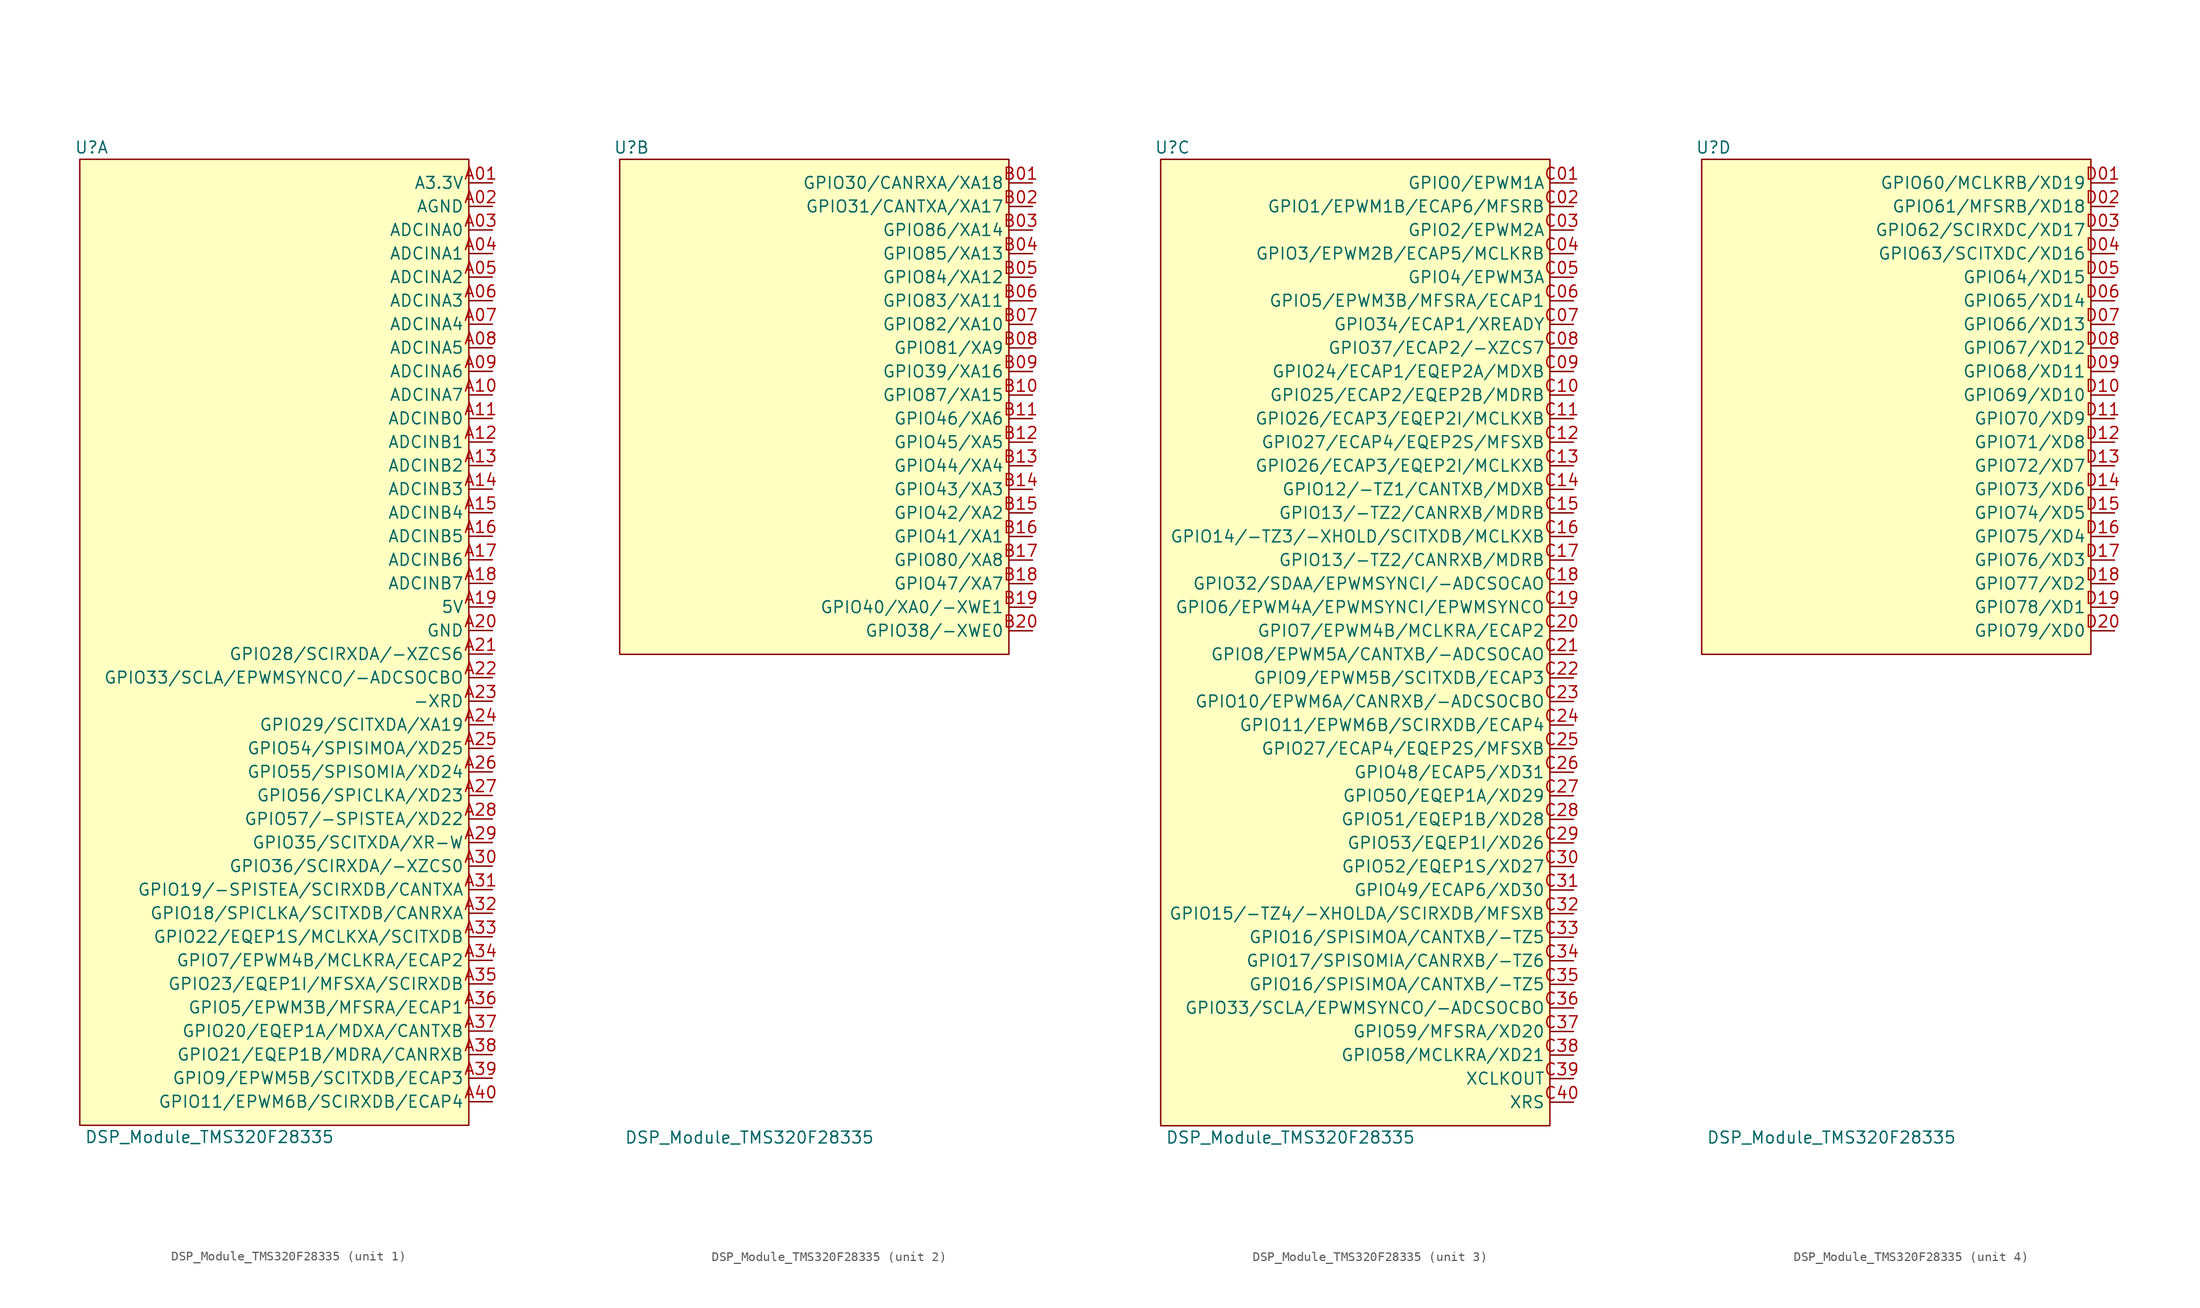
<source format=kicad_sym>
(kicad_symbol_lib
  (version 20211014)
  (generator kicad_symbol_editor)
  (symbol "DSP_Module_TMS320F28335"
    (property "Reference" "U"
      (at -20.32 53.34 0)
      (effects (font (size 1.27 1.27))))
    (property "Value" "DSP_Module_TMS320F28335"
      (at -7.62 -53.34 0)
      (effects (font (size 1.27 1.27))))
    (symbol "DSP_Module_TMS320F28335_1_1"
      (rectangle (start -21.59 52.07) (end 20.32 -52.07) (stroke (width 0.152) (type default) (color 0 0 0 0)) (fill (type background)))
      (pin passive line (at 22.86 49.53 180) (length 2.54) (name "A3.3V" (effects (font (size 1.27 1.27)))) (number "A01" (effects (font (size 1.27 1.27)))))
      (pin passive line (at 22.86 46.99 180) (length 2.54) (name "AGND" (effects (font (size 1.27 1.27)))) (number "A02" (effects (font (size 1.27 1.27)))))
      (pin passive line (at 22.86 44.45 180) (length 2.54) (name "ADCINA0" (effects (font (size 1.27 1.27)))) (number "A03" (effects (font (size 1.27 1.27)))))
      (pin passive line (at 22.86 41.91 180) (length 2.54) (name "ADCINA1" (effects (font (size 1.27 1.27)))) (number "A04" (effects (font (size 1.27 1.27)))))
      (pin passive line (at 22.86 39.37 180) (length 2.54) (name "ADCINA2" (effects (font (size 1.27 1.27)))) (number "A05" (effects (font (size 1.27 1.27)))))
      (pin passive line (at 22.86 36.83 180) (length 2.54) (name "ADCINA3" (effects (font (size 1.27 1.27)))) (number "A06" (effects (font (size 1.27 1.27)))))
      (pin passive line (at 22.86 34.29 180) (length 2.54) (name "ADCINA4" (effects (font (size 1.27 1.27)))) (number "A07" (effects (font (size 1.27 1.27)))))
      (pin passive line (at 22.86 31.75 180) (length 2.54) (name "ADCINA5" (effects (font (size 1.27 1.27)))) (number "A08" (effects (font (size 1.27 1.27)))))
      (pin passive line (at 22.86 29.21 180) (length 2.54) (name "ADCINA6" (effects (font (size 1.27 1.27)))) (number "A09" (effects (font (size 1.27 1.27)))))
      (pin passive line (at 22.86 26.67 180) (length 2.54) (name "ADCINA7" (effects (font (size 1.27 1.27)))) (number "A10" (effects (font (size 1.27 1.27)))))
      (pin passive line (at 22.86 24.13 180) (length 2.54) (name "ADCINB0" (effects (font (size 1.27 1.27)))) (number "A11" (effects (font (size 1.27 1.27)))))
      (pin passive line (at 22.86 21.59 180) (length 2.54) (name "ADCINB1" (effects (font (size 1.27 1.27)))) (number "A12" (effects (font (size 1.27 1.27)))))
      (pin passive line (at 22.86 19.05 180) (length 2.54) (name "ADCINB2" (effects (font (size 1.27 1.27)))) (number "A13" (effects (font (size 1.27 1.27)))))
      (pin passive line (at 22.86 16.51 180) (length 2.54) (name "ADCINB3" (effects (font (size 1.27 1.27)))) (number "A14" (effects (font (size 1.27 1.27)))))
      (pin passive line (at 22.86 13.97 180) (length 2.54) (name "ADCINB4" (effects (font (size 1.27 1.27)))) (number "A15" (effects (font (size 1.27 1.27)))))
      (pin passive line (at 22.86 11.43 180) (length 2.54) (name "ADCINB5" (effects (font (size 1.27 1.27)))) (number "A16" (effects (font (size 1.27 1.27)))))
      (pin passive line (at 22.86 8.89 180) (length 2.54) (name "ADCINB6" (effects (font (size 1.27 1.27)))) (number "A17" (effects (font (size 1.27 1.27)))))
      (pin passive line (at 22.86 6.35 180) (length 2.54) (name "ADCINB7" (effects (font (size 1.27 1.27)))) (number "A18" (effects (font (size 1.27 1.27)))))
      (pin passive line (at 22.86 3.81 180) (length 2.54) (name "5V" (effects (font (size 1.27 1.27)))) (number "A19" (effects (font (size 1.27 1.27)))))
      (pin passive line (at 22.86 1.27 180) (length 2.54) (name "GND" (effects (font (size 1.27 1.27)))) (number "A20" (effects (font (size 1.27 1.27)))))
      (pin passive line (at 22.86 -1.27 180) (length 2.54) (name "GPIO28/SCIRXDA/-XZCS6" (effects (font (size 1.27 1.27)))) (number "A21" (effects (font (size 1.27 1.27)))))
      (pin passive line (at 22.86 -3.81 180) (length 2.54) (name "GPIO33/SCLA/EPWMSYNCO/-ADCSOCBO" (effects (font (size 1.27 1.27)))) (number "A22" (effects (font (size 1.27 1.27)))))
      (pin passive line (at 22.86 -6.35 180) (length 2.54) (name "-XRD" (effects (font (size 1.27 1.27)))) (number "A23" (effects (font (size 1.27 1.27)))))
      (pin passive line (at 22.86 -8.89 180) (length 2.54) (name "GPIO29/SCITXDA/XA19" (effects (font (size 1.27 1.27)))) (number "A24" (effects (font (size 1.27 1.27)))))
      (pin passive line (at 22.86 -11.43 180) (length 2.54) (name "GPIO54/SPISIMOA/XD25" (effects (font (size 1.27 1.27)))) (number "A25" (effects (font (size 1.27 1.27)))))
      (pin passive line (at 22.86 -13.97 180) (length 2.54) (name "GPIO55/SPISOMIA/XD24" (effects (font (size 1.27 1.27)))) (number "A26" (effects (font (size 1.27 1.27)))))
      (pin passive line (at 22.86 -16.51 180) (length 2.54) (name "GPIO56/SPICLKA/XD23" (effects (font (size 1.27 1.27)))) (number "A27" (effects (font (size 1.27 1.27)))))
      (pin passive line (at 22.86 -19.05 180) (length 2.54) (name "GPIO57/-SPISTEA/XD22" (effects (font (size 1.27 1.27)))) (number "A28" (effects (font (size 1.27 1.27)))))
      (pin passive line (at 22.86 -21.59 180) (length 2.54) (name "GPIO35/SCITXDA/XR-W" (effects (font (size 1.27 1.27)))) (number "A29" (effects (font (size 1.27 1.27)))))
      (pin passive line (at 22.86 -24.13 180) (length 2.54) (name "GPIO36/SCIRXDA/-XZCS0" (effects (font (size 1.27 1.27)))) (number "A30" (effects (font (size 1.27 1.27)))))
      (pin passive line (at 22.86 -26.67 180) (length 2.54) (name "GPIO19/-SPISTEA/SCIRXDB/CANTXA" (effects (font (size 1.27 1.27)))) (number "A31" (effects (font (size 1.27 1.27)))))
      (pin passive line (at 22.86 -29.21 180) (length 2.54) (name "GPIO18/SPICLKA/SCITXDB/CANRXA" (effects (font (size 1.27 1.27)))) (number "A32" (effects (font (size 1.27 1.27)))))
      (pin passive line (at 22.86 -31.75 180) (length 2.54) (name "GPIO22/EQEP1S/MCLKXA/SCITXDB" (effects (font (size 1.27 1.27)))) (number "A33" (effects (font (size 1.27 1.27)))))
      (pin passive line (at 22.86 -34.29 180) (length 2.54) (name "GPIO7/EPWM4B/MCLKRA/ECAP2" (effects (font (size 1.27 1.27)))) (number "A34" (effects (font (size 1.27 1.27)))))
      (pin passive line (at 22.86 -36.83 180) (length 2.54) (name "GPIO23/EQEP1I/MFSXA/SCIRXDB" (effects (font (size 1.27 1.27)))) (number "A35" (effects (font (size 1.27 1.27)))))
      (pin passive line (at 22.86 -39.37 180) (length 2.54) (name "GPIO5/EPWM3B/MFSRA/ECAP1" (effects (font (size 1.27 1.27)))) (number "A36" (effects (font (size 1.27 1.27)))))
      (pin passive line (at 22.86 -41.91 180) (length 2.54) (name "GPIO20/EQEP1A/MDXA/CANTXB" (effects (font (size 1.27 1.27)))) (number "A37" (effects (font (size 1.27 1.27)))))
      (pin passive line (at 22.86 -44.45 180) (length 2.54) (name "GPIO21/EQEP1B/MDRA/CANRXB" (effects (font (size 1.27 1.27)))) (number "A38" (effects (font (size 1.27 1.27)))))
      (pin passive line (at 22.86 -46.99 180) (length 2.54) (name "GPIO9/EPWM5B/SCITXDB/ECAP3" (effects (font (size 1.27 1.27)))) (number "A39" (effects (font (size 1.27 1.27)))))
      (pin passive line (at 22.86 -49.53 180) (length 2.54) (name "GPIO11/EPWM6B/SCIRXDB/ECAP4" (effects (font (size 1.27 1.27)))) (number "A40" (effects (font (size 1.27 1.27))))))
    (symbol "DSP_Module_TMS320F28335_2_1"
      (rectangle (start -21.59 52.07) (end 20.32 -1.27) (stroke (width 0.152) (type default) (color 0 0 0 0)) (fill (type background)))
      (pin passive line (at 22.86 49.53 180) (length 2.54) (name "GPIO30/CANRXA/XA18" (effects (font (size 1.27 1.27)))) (number "B01" (effects (font (size 1.27 1.27)))))
      (pin passive line (at 22.86 46.99 180) (length 2.54) (name "GPIO31/CANTXA/XA17" (effects (font (size 1.27 1.27)))) (number "B02" (effects (font (size 1.27 1.27)))))
      (pin passive line (at 22.86 44.45 180) (length 2.54) (name "GPIO86/XA14" (effects (font (size 1.27 1.27)))) (number "B03" (effects (font (size 1.27 1.27)))))
      (pin passive line (at 22.86 41.91 180) (length 2.54) (name "GPIO85/XA13" (effects (font (size 1.27 1.27)))) (number "B04" (effects (font (size 1.27 1.27)))))
      (pin passive line (at 22.86 39.37 180) (length 2.54) (name "GPIO84/XA12" (effects (font (size 1.27 1.27)))) (number "B05" (effects (font (size 1.27 1.27)))))
      (pin passive line (at 22.86 36.83 180) (length 2.54) (name "GPIO83/XA11" (effects (font (size 1.27 1.27)))) (number "B06" (effects (font (size 1.27 1.27)))))
      (pin passive line (at 22.86 34.29 180) (length 2.54) (name "GPIO82/XA10" (effects (font (size 1.27 1.27)))) (number "B07" (effects (font (size 1.27 1.27)))))
      (pin passive line (at 22.86 31.75 180) (length 2.54) (name "GPIO81/XA9" (effects (font (size 1.27 1.27)))) (number "B08" (effects (font (size 1.27 1.27)))))
      (pin passive line (at 22.86 29.21 180) (length 2.54) (name "GPIO39/XA16" (effects (font (size 1.27 1.27)))) (number "B09" (effects (font (size 1.27 1.27)))))
      (pin passive line (at 22.86 26.67 180) (length 2.54) (name "GPIO87/XA15" (effects (font (size 1.27 1.27)))) (number "B10" (effects (font (size 1.27 1.27)))))
      (pin passive line (at 22.86 24.13 180) (length 2.54) (name "GPIO46/XA6" (effects (font (size 1.27 1.27)))) (number "B11" (effects (font (size 1.27 1.27)))))
      (pin passive line (at 22.86 21.59 180) (length 2.54) (name "GPIO45/XA5" (effects (font (size 1.27 1.27)))) (number "B12" (effects (font (size 1.27 1.27)))))
      (pin passive line (at 22.86 19.05 180) (length 2.54) (name "GPIO44/XA4" (effects (font (size 1.27 1.27)))) (number "B13" (effects (font (size 1.27 1.27)))))
      (pin passive line (at 22.86 16.51 180) (length 2.54) (name "GPIO43/XA3" (effects (font (size 1.27 1.27)))) (number "B14" (effects (font (size 1.27 1.27)))))
      (pin passive line (at 22.86 13.97 180) (length 2.54) (name "GPIO42/XA2" (effects (font (size 1.27 1.27)))) (number "B15" (effects (font (size 1.27 1.27)))))
      (pin passive line (at 22.86 11.43 180) (length 2.54) (name "GPIO41/XA1" (effects (font (size 1.27 1.27)))) (number "B16" (effects (font (size 1.27 1.27)))))
      (pin passive line (at 22.86 8.89 180) (length 2.54) (name "GPIO80/XA8" (effects (font (size 1.27 1.27)))) (number "B17" (effects (font (size 1.27 1.27)))))
      (pin passive line (at 22.86 6.35 180) (length 2.54) (name "GPIO47/XA7" (effects (font (size 1.27 1.27)))) (number "B18" (effects (font (size 1.27 1.27)))))
      (pin passive line (at 22.86 3.81 180) (length 2.54) (name "GPIO40/XA0/-XWE1" (effects (font (size 1.27 1.27)))) (number "B19" (effects (font (size 1.27 1.27)))))
      (pin passive line (at 22.86 1.27 180) (length 2.54) (name "GPIO38/-XWE0" (effects (font (size 1.27 1.27)))) (number "B20" (effects (font (size 1.27 1.27))))))
    (symbol "DSP_Module_TMS320F28335_3_1"
      (rectangle (start -21.59 52.07) (end 20.32 -52.07) (stroke (width 0.152) (type default) (color 0 0 0 0)) (fill (type background)))
      (pin passive line (at 22.86 49.53 180) (length 2.54) (name "GPIO0/EPWM1A" (effects (font (size 1.27 1.27)))) (number "C01" (effects (font (size 1.27 1.27)))))
      (pin passive line (at 22.86 46.99 180) (length 2.54) (name "GPIO1/EPWM1B/ECAP6/MFSRB" (effects (font (size 1.27 1.27)))) (number "C02" (effects (font (size 1.27 1.27)))))
      (pin passive line (at 22.86 44.45 180) (length 2.54) (name "GPIO2/EPWM2A" (effects (font (size 1.27 1.27)))) (number "C03" (effects (font (size 1.27 1.27)))))
      (pin passive line (at 22.86 41.91 180) (length 2.54) (name "GPIO3/EPWM2B/ECAP5/MCLKRB" (effects (font (size 1.27 1.27)))) (number "C04" (effects (font (size 1.27 1.27)))))
      (pin passive line (at 22.86 39.37 180) (length 2.54) (name "GPIO4/EPWM3A" (effects (font (size 1.27 1.27)))) (number "C05" (effects (font (size 1.27 1.27)))))
      (pin passive line (at 22.86 36.83 180) (length 2.54) (name "GPIO5/EPWM3B/MFSRA/ECAP1" (effects (font (size 1.27 1.27)))) (number "C06" (effects (font (size 1.27 1.27)))))
      (pin passive line (at 22.86 34.29 180) (length 2.54) (name "GPIO34/ECAP1/XREADY" (effects (font (size 1.27 1.27)))) (number "C07" (effects (font (size 1.27 1.27)))))
      (pin passive line (at 22.86 31.75 180) (length 2.54) (name "GPIO37/ECAP2/-XZCS7" (effects (font (size 1.27 1.27)))) (number "C08" (effects (font (size 1.27 1.27)))))
      (pin passive line (at 22.86 29.21 180) (length 2.54) (name "GPIO24/ECAP1/EQEP2A/MDXB" (effects (font (size 1.27 1.27)))) (number "C09" (effects (font (size 1.27 1.27)))))
      (pin passive line (at 22.86 26.67 180) (length 2.54) (name "GPIO25/ECAP2/EQEP2B/MDRB" (effects (font (size 1.27 1.27)))) (number "C10" (effects (font (size 1.27 1.27)))))
      (pin passive line (at 22.86 24.13 180) (length 2.54) (name "GPIO26/ECAP3/EQEP2I/MCLKXB" (effects (font (size 1.27 1.27)))) (number "C11" (effects (font (size 1.27 1.27)))))
      (pin passive line (at 22.86 21.59 180) (length 2.54) (name "GPIO27/ECAP4/EQEP2S/MFSXB" (effects (font (size 1.27 1.27)))) (number "C12" (effects (font (size 1.27 1.27)))))
      (pin passive line (at 22.86 19.05 180) (length 2.54) (name "GPIO26/ECAP3/EQEP2I/MCLKXB" (effects (font (size 1.27 1.27)))) (number "C13" (effects (font (size 1.27 1.27)))))
      (pin passive line (at 22.86 16.51 180) (length 2.54) (name "GPIO12/-TZ1/CANTXB/MDXB" (effects (font (size 1.27 1.27)))) (number "C14" (effects (font (size 1.27 1.27)))))
      (pin passive line (at 22.86 13.97 180) (length 2.54) (name "GPIO13/-TZ2/CANRXB/MDRB" (effects (font (size 1.27 1.27)))) (number "C15" (effects (font (size 1.27 1.27)))))
      (pin passive line (at 22.86 11.43 180) (length 2.54) (name "GPIO14/-TZ3/-XHOLD/SCITXDB/MCLKXB" (effects (font (size 1.27 1.27)))) (number "C16" (effects (font (size 1.27 1.27)))))
      (pin passive line (at 22.86 8.89 180) (length 2.54) (name "GPIO13/-TZ2/CANRXB/MDRB" (effects (font (size 1.27 1.27)))) (number "C17" (effects (font (size 1.27 1.27)))))
      (pin passive line (at 22.86 6.35 180) (length 2.54) (name "GPIO32/SDAA/EPWMSYNCI/-ADCSOCAO" (effects (font (size 1.27 1.27)))) (number "C18" (effects (font (size 1.27 1.27)))))
      (pin passive line (at 22.86 3.81 180) (length 2.54) (name "GPIO6/EPWM4A/EPWMSYNCI/EPWMSYNCO" (effects (font (size 1.27 1.27)))) (number "C19" (effects (font (size 1.27 1.27)))))
      (pin passive line (at 22.86 1.27 180) (length 2.54) (name "GPIO7/EPWM4B/MCLKRA/ECAP2" (effects (font (size 1.27 1.27)))) (number "C20" (effects (font (size 1.27 1.27)))))
      (pin passive line (at 22.86 -1.27 180) (length 2.54) (name "GPIO8/EPWM5A/CANTXB/-ADCSOCAO" (effects (font (size 1.27 1.27)))) (number "C21" (effects (font (size 1.27 1.27)))))
      (pin passive line (at 22.86 -3.81 180) (length 2.54) (name "GPIO9/EPWM5B/SCITXDB/ECAP3" (effects (font (size 1.27 1.27)))) (number "C22" (effects (font (size 1.27 1.27)))))
      (pin passive line (at 22.86 -6.35 180) (length 2.54) (name "GPIO10/EPWM6A/CANRXB/-ADCSOCBO" (effects (font (size 1.27 1.27)))) (number "C23" (effects (font (size 1.27 1.27)))))
      (pin passive line (at 22.86 -8.89 180) (length 2.54) (name "GPIO11/EPWM6B/SCIRXDB/ECAP4" (effects (font (size 1.27 1.27)))) (number "C24" (effects (font (size 1.27 1.27)))))
      (pin passive line (at 22.86 -11.43 180) (length 2.54) (name "GPIO27/ECAP4/EQEP2S/MFSXB" (effects (font (size 1.27 1.27)))) (number "C25" (effects (font (size 1.27 1.27)))))
      (pin passive line (at 22.86 -13.97 180) (length 2.54) (name "GPIO48/ECAP5/XD31" (effects (font (size 1.27 1.27)))) (number "C26" (effects (font (size 1.27 1.27)))))
      (pin passive line (at 22.86 -16.51 180) (length 2.54) (name "GPIO50/EQEP1A/XD29" (effects (font (size 1.27 1.27)))) (number "C27" (effects (font (size 1.27 1.27)))))
      (pin passive line (at 22.86 -19.05 180) (length 2.54) (name "GPIO51/EQEP1B/XD28" (effects (font (size 1.27 1.27)))) (number "C28" (effects (font (size 1.27 1.27)))))
      (pin passive line (at 22.86 -21.59 180) (length 2.54) (name "GPIO53/EQEP1I/XD26" (effects (font (size 1.27 1.27)))) (number "C29" (effects (font (size 1.27 1.27)))))
      (pin passive line (at 22.86 -24.13 180) (length 2.54) (name "GPIO52/EQEP1S/XD27" (effects (font (size 1.27 1.27)))) (number "C30" (effects (font (size 1.27 1.27)))))
      (pin passive line (at 22.86 -26.67 180) (length 2.54) (name "GPIO49/ECAP6/XD30" (effects (font (size 1.27 1.27)))) (number "C31" (effects (font (size 1.27 1.27)))))
      (pin passive line (at 22.86 -29.21 180) (length 2.54) (name "GPIO15/-TZ4/-XHOLDA/SCIRXDB/MFSXB" (effects (font (size 1.27 1.27)))) (number "C32" (effects (font (size 1.27 1.27)))))
      (pin passive line (at 22.86 -31.75 180) (length 2.54) (name "GPIO16/SPISIMOA/CANTXB/-TZ5" (effects (font (size 1.27 1.27)))) (number "C33" (effects (font (size 1.27 1.27)))))
      (pin passive line (at 22.86 -34.29 180) (length 2.54) (name "GPIO17/SPISOMIA/CANRXB/-TZ6" (effects (font (size 1.27 1.27)))) (number "C34" (effects (font (size 1.27 1.27)))))
      (pin passive line (at 22.86 -36.83 180) (length 2.54) (name "GPIO16/SPISIMOA/CANTXB/-TZ5" (effects (font (size 1.27 1.27)))) (number "C35" (effects (font (size 1.27 1.27)))))
      (pin passive line (at 22.86 -39.37 180) (length 2.54) (name "GPIO33/SCLA/EPWMSYNCO/-ADCSOCBO" (effects (font (size 1.27 1.27)))) (number "C36" (effects (font (size 1.27 1.27)))))
      (pin passive line (at 22.86 -41.91 180) (length 2.54) (name "GPIO59/MFSRA/XD20" (effects (font (size 1.27 1.27)))) (number "C37" (effects (font (size 1.27 1.27)))))
      (pin passive line (at 22.86 -44.45 180) (length 2.54) (name "GPIO58/MCLKRA/XD21" (effects (font (size 1.27 1.27)))) (number "C38" (effects (font (size 1.27 1.27)))))
      (pin passive line (at 22.86 -46.99 180) (length 2.54) (name "XCLKOUT" (effects (font (size 1.27 1.27)))) (number "C39" (effects (font (size 1.27 1.27)))))
      (pin passive line (at 22.86 -49.53 180) (length 2.54) (name "XRS" (effects (font (size 1.27 1.27)))) (number "C40" (effects (font (size 1.27 1.27))))))
    (symbol "DSP_Module_TMS320F28335_4_1"
      (rectangle (start -21.59 52.07) (end 20.32 -1.27) (stroke (width 0.152) (type default) (color 0 0 0 0)) (fill (type background)))
      (pin passive line (at 22.86 49.53 180) (length 2.54) (name "GPIO60/MCLKRB/XD19" (effects (font (size 1.27 1.27)))) (number "D01" (effects (font (size 1.27 1.27)))))
      (pin passive line (at 22.86 46.99 180) (length 2.54) (name "GPIO61/MFSRB/XD18" (effects (font (size 1.27 1.27)))) (number "D02" (effects (font (size 1.27 1.27)))))
      (pin passive line (at 22.86 44.45 180) (length 2.54) (name "GPIO62/SCIRXDC/XD17" (effects (font (size 1.27 1.27)))) (number "D03" (effects (font (size 1.27 1.27)))))
      (pin passive line (at 22.86 41.91 180) (length 2.54) (name "GPIO63/SCITXDC/XD16" (effects (font (size 1.27 1.27)))) (number "D04" (effects (font (size 1.27 1.27)))))
      (pin passive line (at 22.86 39.37 180) (length 2.54) (name "GPIO64/XD15" (effects (font (size 1.27 1.27)))) (number "D05" (effects (font (size 1.27 1.27)))))
      (pin passive line (at 22.86 36.83 180) (length 2.54) (name "GPIO65/XD14" (effects (font (size 1.27 1.27)))) (number "D06" (effects (font (size 1.27 1.27)))))
      (pin passive line (at 22.86 34.29 180) (length 2.54) (name "GPIO66/XD13" (effects (font (size 1.27 1.27)))) (number "D07" (effects (font (size 1.27 1.27)))))
      (pin passive line (at 22.86 31.75 180) (length 2.54) (name "GPIO67/XD12" (effects (font (size 1.27 1.27)))) (number "D08" (effects (font (size 1.27 1.27)))))
      (pin passive line (at 22.86 29.21 180) (length 2.54) (name "GPIO68/XD11" (effects (font (size 1.27 1.27)))) (number "D09" (effects (font (size 1.27 1.27)))))
      (pin passive line (at 22.86 26.67 180) (length 2.54) (name "GPIO69/XD10" (effects (font (size 1.27 1.27)))) (number "D10" (effects (font (size 1.27 1.27)))))
      (pin passive line (at 22.86 24.13 180) (length 2.54) (name "GPIO70/XD9" (effects (font (size 1.27 1.27)))) (number "D11" (effects (font (size 1.27 1.27)))))
      (pin passive line (at 22.86 21.59 180) (length 2.54) (name "GPIO71/XD8" (effects (font (size 1.27 1.27)))) (number "D12" (effects (font (size 1.27 1.27)))))
      (pin passive line (at 22.86 19.05 180) (length 2.54) (name "GPIO72/XD7" (effects (font (size 1.27 1.27)))) (number "D13" (effects (font (size 1.27 1.27)))))
      (pin passive line (at 22.86 16.51 180) (length 2.54) (name "GPIO73/XD6" (effects (font (size 1.27 1.27)))) (number "D14" (effects (font (size 1.27 1.27)))))
      (pin passive line (at 22.86 13.97 180) (length 2.54) (name "GPIO74/XD5" (effects (font (size 1.27 1.27)))) (number "D15" (effects (font (size 1.27 1.27)))))
      (pin passive line (at 22.86 11.43 180) (length 2.54) (name "GPIO75/XD4" (effects (font (size 1.27 1.27)))) (number "D16" (effects (font (size 1.27 1.27)))))
      (pin passive line (at 22.86 8.89 180) (length 2.54) (name "GPIO76/XD3" (effects (font (size 1.27 1.27)))) (number "D17" (effects (font (size 1.27 1.27)))))
      (pin passive line (at 22.86 6.35 180) (length 2.54) (name "GPIO77/XD2" (effects (font (size 1.27 1.27)))) (number "D18" (effects (font (size 1.27 1.27)))))
      (pin passive line (at 22.86 3.81 180) (length 2.54) (name "GPIO78/XD1" (effects (font (size 1.27 1.27)))) (number "D19" (effects (font (size 1.27 1.27)))))
      (pin passive line (at 22.86 1.27 180) (length 2.54) (name "GPIO79/XD0" (effects (font (size 1.27 1.27)))) (number "D20" (effects (font (size 1.27 1.27))))))))
</source>
